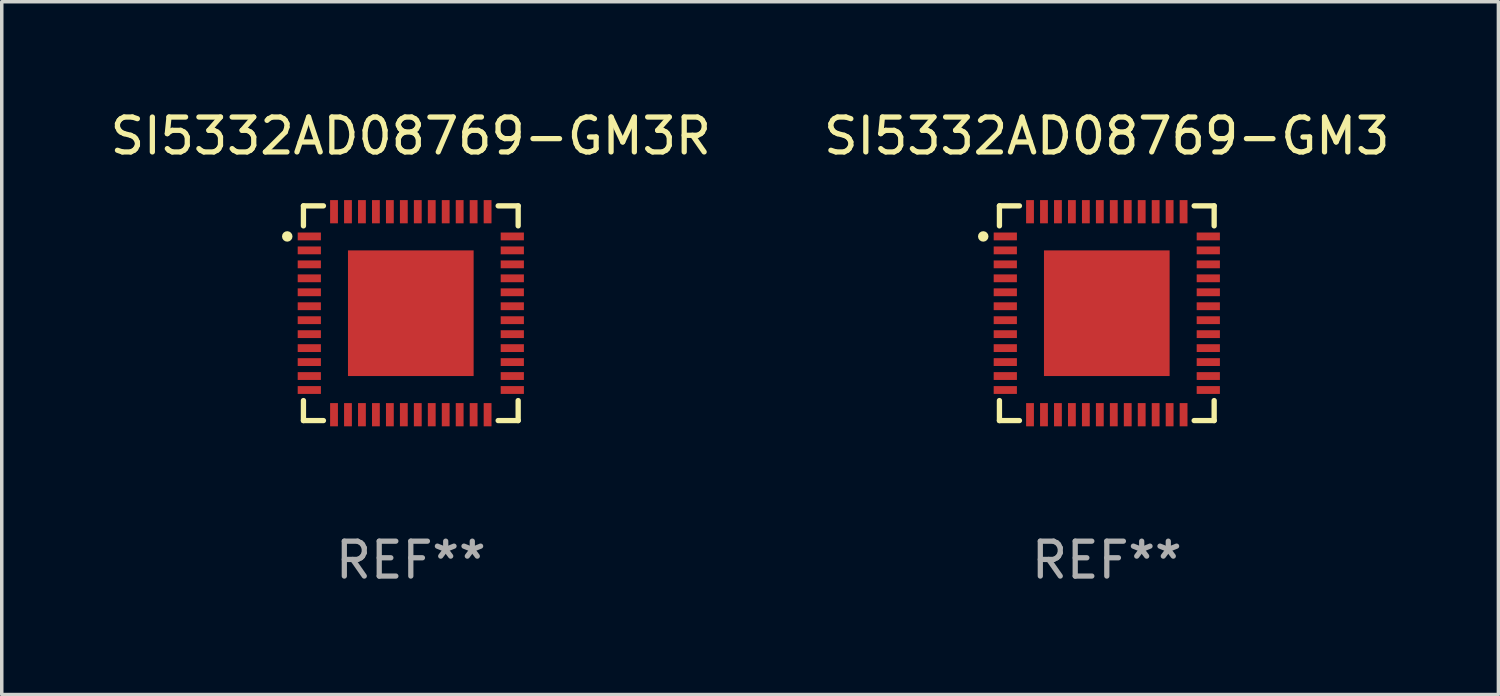
<source format=kicad_pcb>
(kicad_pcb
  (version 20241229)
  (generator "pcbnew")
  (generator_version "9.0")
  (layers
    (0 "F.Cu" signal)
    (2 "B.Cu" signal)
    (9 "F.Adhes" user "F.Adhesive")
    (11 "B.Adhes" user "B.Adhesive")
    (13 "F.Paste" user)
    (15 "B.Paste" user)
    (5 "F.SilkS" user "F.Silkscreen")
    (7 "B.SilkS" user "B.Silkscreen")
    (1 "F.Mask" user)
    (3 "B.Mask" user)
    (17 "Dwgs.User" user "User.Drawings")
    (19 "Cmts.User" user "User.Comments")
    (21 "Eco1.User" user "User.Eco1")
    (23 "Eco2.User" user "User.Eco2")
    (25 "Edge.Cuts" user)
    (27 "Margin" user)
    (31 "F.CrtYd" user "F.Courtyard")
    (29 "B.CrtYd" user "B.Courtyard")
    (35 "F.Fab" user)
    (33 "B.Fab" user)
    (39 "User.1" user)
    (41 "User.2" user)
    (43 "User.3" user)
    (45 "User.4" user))
  (footprint "SI5332AD08769-GM3"
    (layer "F.Cu")
    (at 28.661 5.924)
    (property "Reference" "SI5332AD08769-GM3" (at 0 -5.076 0) (layer "F.SilkS") (effects (font (size 1 1) (thickness 0.15))))
    (attr through_hole)
    (fp_line (start -3.076 -3.076) (end -3.076 -2.503) (stroke (width 0.152) (type solid)) (layer "F.SilkS"))
    (fp_line (start -3.076 3.076) (end -3.076 2.503) (stroke (width 0.152) (type solid)) (layer "F.SilkS"))
    (fp_line (start -2.503 -3.076) (end -3.076 -3.076) (stroke (width 0.152) (type solid)) (layer "F.SilkS"))
    (fp_line (start -2.503 3.076) (end -3.076 3.076) (stroke (width 0.152) (type solid)) (layer "F.SilkS"))
    (fp_line (start 2.503 -3.076) (end 3.076 -3.076) (stroke (width 0.152) (type solid)) (layer "F.SilkS"))
    (fp_line (start 2.503 3.076) (end 3.076 3.076) (stroke (width 0.152) (type solid)) (layer "F.SilkS"))
    (fp_line (start 3.076 -3.076) (end 3.076 -2.503) (stroke (width 0.152) (type solid)) (layer "F.SilkS"))
    (fp_line (start 3.076 3.076) (end 3.076 2.503) (stroke (width 0.152) (type solid)) (layer "F.SilkS"))
    (fp_circle (center -3.54 -2.2) (end -3.465 -2.2) (stroke (width 0.15) (type solid)) (fill no) (layer "F.SilkS"))
    (fp_text user "REF**" (at 0 7.076 0) (layer "F.Fab") (effects (font (size 1 1) (thickness 0.15))))
    (pad "1" smd rect (at -2.908 -2.2) (size 0.665 0.224) (layers "F.Cu" "F.Mask" "F.Paste"))
    (pad "2" smd rect (at -2.908 -1.8) (size 0.665 0.224) (layers "F.Cu" "F.Mask" "F.Paste"))
    (pad "3" smd rect (at -2.908 -1.4) (size 0.665 0.224) (layers "F.Cu" "F.Mask" "F.Paste"))
    (pad "4" smd rect (at -2.908 -1) (size 0.665 0.224) (layers "F.Cu" "F.Mask" "F.Paste"))
    (pad "5" smd rect (at -2.908 -0.6) (size 0.665 0.224) (layers "F.Cu" "F.Mask" "F.Paste"))
    (pad "6" smd rect (at -2.908 -0.2) (size 0.665 0.224) (layers "F.Cu" "F.Mask" "F.Paste"))
    (pad "7" smd rect (at -2.908 0.2) (size 0.665 0.224) (layers "F.Cu" "F.Mask" "F.Paste"))
    (pad "8" smd rect (at -2.908 0.6) (size 0.665 0.224) (layers "F.Cu" "F.Mask" "F.Paste"))
    (pad "9" smd rect (at -2.908 1) (size 0.665 0.224) (layers "F.Cu" "F.Mask" "F.Paste"))
    (pad "10" smd rect (at -2.908 1.4) (size 0.665 0.224) (layers "F.Cu" "F.Mask" "F.Paste"))
    (pad "11" smd rect (at -2.908 1.8) (size 0.665 0.224) (layers "F.Cu" "F.Mask" "F.Paste"))
    (pad "12" smd rect (at -2.908 2.2) (size 0.665 0.224) (layers "F.Cu" "F.Mask" "F.Paste"))
    (pad "13" smd rect (at -2.2 2.908) (size 0.224 0.665) (layers "F.Cu" "F.Mask" "F.Paste"))
    (pad "14" smd rect (at -1.8 2.908) (size 0.224 0.665) (layers "F.Cu" "F.Mask" "F.Paste"))
    (pad "15" smd rect (at -1.4 2.908) (size 0.224 0.665) (layers "F.Cu" "F.Mask" "F.Paste"))
    (pad "16" smd rect (at -1 2.908) (size 0.224 0.665) (layers "F.Cu" "F.Mask" "F.Paste"))
    (pad "17" smd rect (at -0.6 2.908) (size 0.224 0.665) (layers "F.Cu" "F.Mask" "F.Paste"))
    (pad "18" smd rect (at -0.2 2.908) (size 0.224 0.665) (layers "F.Cu" "F.Mask" "F.Paste"))
    (pad "19" smd rect (at 0.2 2.908) (size 0.224 0.665) (layers "F.Cu" "F.Mask" "F.Paste"))
    (pad "20" smd rect (at 0.6 2.908) (size 0.224 0.665) (layers "F.Cu" "F.Mask" "F.Paste"))
    (pad "21" smd rect (at 1 2.908) (size 0.224 0.665) (layers "F.Cu" "F.Mask" "F.Paste"))
    (pad "22" smd rect (at 1.4 2.908) (size 0.224 0.665) (layers "F.Cu" "F.Mask" "F.Paste"))
    (pad "23" smd rect (at 1.8 2.908) (size 0.224 0.665) (layers "F.Cu" "F.Mask" "F.Paste"))
    (pad "24" smd rect (at 2.2 2.908) (size 0.224 0.665) (layers "F.Cu" "F.Mask" "F.Paste"))
    (pad "25" smd rect (at 2.908 2.2) (size 0.665 0.224) (layers "F.Cu" "F.Mask" "F.Paste"))
    (pad "26" smd rect (at 2.908 1.8) (size 0.665 0.224) (layers "F.Cu" "F.Mask" "F.Paste"))
    (pad "27" smd rect (at 2.908 1.4) (size 0.665 0.224) (layers "F.Cu" "F.Mask" "F.Paste"))
    (pad "28" smd rect (at 2.908 1) (size 0.665 0.224) (layers "F.Cu" "F.Mask" "F.Paste"))
    (pad "29" smd rect (at 2.908 0.6) (size 0.665 0.224) (layers "F.Cu" "F.Mask" "F.Paste"))
    (pad "30" smd rect (at 2.908 0.2) (size 0.665 0.224) (layers "F.Cu" "F.Mask" "F.Paste"))
    (pad "31" smd rect (at 2.908 -0.2) (size 0.665 0.224) (layers "F.Cu" "F.Mask" "F.Paste"))
    (pad "32" smd rect (at 2.908 -0.6) (size 0.665 0.224) (layers "F.Cu" "F.Mask" "F.Paste"))
    (pad "33" smd rect (at 2.908 -1) (size 0.665 0.224) (layers "F.Cu" "F.Mask" "F.Paste"))
    (pad "34" smd rect (at 2.908 -1.4) (size 0.665 0.224) (layers "F.Cu" "F.Mask" "F.Paste"))
    (pad "35" smd rect (at 2.908 -1.8) (size 0.665 0.224) (layers "F.Cu" "F.Mask" "F.Paste"))
    (pad "36" smd rect (at 2.908 -2.2) (size 0.665 0.224) (layers "F.Cu" "F.Mask" "F.Paste"))
    (pad "37" smd rect (at 2.2 -2.908) (size 0.224 0.665) (layers "F.Cu" "F.Mask" "F.Paste"))
    (pad "38" smd rect (at 1.8 -2.908) (size 0.224 0.665) (layers "F.Cu" "F.Mask" "F.Paste"))
    (pad "39" smd rect (at 1.4 -2.908) (size 0.224 0.665) (layers "F.Cu" "F.Mask" "F.Paste"))
    (pad "40" smd rect (at 1 -2.908) (size 0.224 0.665) (layers "F.Cu" "F.Mask" "F.Paste"))
    (pad "41" smd rect (at 0.6 -2.908) (size 0.224 0.665) (layers "F.Cu" "F.Mask" "F.Paste"))
    (pad "42" smd rect (at 0.2 -2.908) (size 0.224 0.665) (layers "F.Cu" "F.Mask" "F.Paste"))
    (pad "43" smd rect (at -0.2 -2.908) (size 0.224 0.665) (layers "F.Cu" "F.Mask" "F.Paste"))
    (pad "44" smd rect (at -0.6 -2.908) (size 0.224 0.665) (layers "F.Cu" "F.Mask" "F.Paste"))
    (pad "45" smd rect (at -1 -2.908) (size 0.224 0.665) (layers "F.Cu" "F.Mask" "F.Paste"))
    (pad "46" smd rect (at -1.4 -2.908) (size 0.224 0.665) (layers "F.Cu" "F.Mask" "F.Paste"))
    (pad "47" smd rect (at -1.8 -2.908) (size 0.224 0.665) (layers "F.Cu" "F.Mask" "F.Paste"))
    (pad "48" smd rect (at -2.2 -2.908) (size 0.224 0.665) (layers "F.Cu" "F.Mask" "F.Paste"))
    (pad "49" smd rect (at 0 0) (size 3.6 3.6) (layers "F.Cu" "F.Mask" "F.Paste")))
  (footprint "SI5332AD08769-GM3R"
    (layer "F.Cu")
    (at 8.72 5.924)
    (property "Reference" "SI5332AD08769-GM3R" (at 0 -5.076 0) (layer "F.SilkS") (effects (font (size 1 1) (thickness 0.15))))
    (attr through_hole)
    (fp_line (start -3.076 -3.076) (end -3.076 -2.503) (stroke (width 0.152) (type solid)) (layer "F.SilkS"))
    (fp_line (start -3.076 3.076) (end -3.076 2.503) (stroke (width 0.152) (type solid)) (layer "F.SilkS"))
    (fp_line (start -2.503 -3.076) (end -3.076 -3.076) (stroke (width 0.152) (type solid)) (layer "F.SilkS"))
    (fp_line (start -2.503 3.076) (end -3.076 3.076) (stroke (width 0.152) (type solid)) (layer "F.SilkS"))
    (fp_line (start 2.503 -3.076) (end 3.076 -3.076) (stroke (width 0.152) (type solid)) (layer "F.SilkS"))
    (fp_line (start 2.503 3.076) (end 3.076 3.076) (stroke (width 0.152) (type solid)) (layer "F.SilkS"))
    (fp_line (start 3.076 -3.076) (end 3.076 -2.503) (stroke (width 0.152) (type solid)) (layer "F.SilkS"))
    (fp_line (start 3.076 3.076) (end 3.076 2.503) (stroke (width 0.152) (type solid)) (layer "F.SilkS"))
    (fp_circle (center -3.54 -2.2) (end -3.465 -2.2) (stroke (width 0.15) (type solid)) (fill no) (layer "F.SilkS"))
    (fp_text user "REF**" (at 0 7.076 0) (layer "F.Fab") (effects (font (size 1 1) (thickness 0.15))))
    (pad "1" smd rect (at -2.908 -2.2) (size 0.665 0.224) (layers "F.Cu" "F.Mask" "F.Paste"))
    (pad "2" smd rect (at -2.908 -1.8) (size 0.665 0.224) (layers "F.Cu" "F.Mask" "F.Paste"))
    (pad "3" smd rect (at -2.908 -1.4) (size 0.665 0.224) (layers "F.Cu" "F.Mask" "F.Paste"))
    (pad "4" smd rect (at -2.908 -1) (size 0.665 0.224) (layers "F.Cu" "F.Mask" "F.Paste"))
    (pad "5" smd rect (at -2.908 -0.6) (size 0.665 0.224) (layers "F.Cu" "F.Mask" "F.Paste"))
    (pad "6" smd rect (at -2.908 -0.2) (size 0.665 0.224) (layers "F.Cu" "F.Mask" "F.Paste"))
    (pad "7" smd rect (at -2.908 0.2) (size 0.665 0.224) (layers "F.Cu" "F.Mask" "F.Paste"))
    (pad "8" smd rect (at -2.908 0.6) (size 0.665 0.224) (layers "F.Cu" "F.Mask" "F.Paste"))
    (pad "9" smd rect (at -2.908 1) (size 0.665 0.224) (layers "F.Cu" "F.Mask" "F.Paste"))
    (pad "10" smd rect (at -2.908 1.4) (size 0.665 0.224) (layers "F.Cu" "F.Mask" "F.Paste"))
    (pad "11" smd rect (at -2.908 1.8) (size 0.665 0.224) (layers "F.Cu" "F.Mask" "F.Paste"))
    (pad "12" smd rect (at -2.908 2.2) (size 0.665 0.224) (layers "F.Cu" "F.Mask" "F.Paste"))
    (pad "13" smd rect (at -2.2 2.908) (size 0.224 0.665) (layers "F.Cu" "F.Mask" "F.Paste"))
    (pad "14" smd rect (at -1.8 2.908) (size 0.224 0.665) (layers "F.Cu" "F.Mask" "F.Paste"))
    (pad "15" smd rect (at -1.4 2.908) (size 0.224 0.665) (layers "F.Cu" "F.Mask" "F.Paste"))
    (pad "16" smd rect (at -1 2.908) (size 0.224 0.665) (layers "F.Cu" "F.Mask" "F.Paste"))
    (pad "17" smd rect (at -0.6 2.908) (size 0.224 0.665) (layers "F.Cu" "F.Mask" "F.Paste"))
    (pad "18" smd rect (at -0.2 2.908) (size 0.224 0.665) (layers "F.Cu" "F.Mask" "F.Paste"))
    (pad "19" smd rect (at 0.2 2.908) (size 0.224 0.665) (layers "F.Cu" "F.Mask" "F.Paste"))
    (pad "20" smd rect (at 0.6 2.908) (size 0.224 0.665) (layers "F.Cu" "F.Mask" "F.Paste"))
    (pad "21" smd rect (at 1 2.908) (size 0.224 0.665) (layers "F.Cu" "F.Mask" "F.Paste"))
    (pad "22" smd rect (at 1.4 2.908) (size 0.224 0.665) (layers "F.Cu" "F.Mask" "F.Paste"))
    (pad "23" smd rect (at 1.8 2.908) (size 0.224 0.665) (layers "F.Cu" "F.Mask" "F.Paste"))
    (pad "24" smd rect (at 2.2 2.908) (size 0.224 0.665) (layers "F.Cu" "F.Mask" "F.Paste"))
    (pad "25" smd rect (at 2.908 2.2) (size 0.665 0.224) (layers "F.Cu" "F.Mask" "F.Paste"))
    (pad "26" smd rect (at 2.908 1.8) (size 0.665 0.224) (layers "F.Cu" "F.Mask" "F.Paste"))
    (pad "27" smd rect (at 2.908 1.4) (size 0.665 0.224) (layers "F.Cu" "F.Mask" "F.Paste"))
    (pad "28" smd rect (at 2.908 1) (size 0.665 0.224) (layers "F.Cu" "F.Mask" "F.Paste"))
    (pad "29" smd rect (at 2.908 0.6) (size 0.665 0.224) (layers "F.Cu" "F.Mask" "F.Paste"))
    (pad "30" smd rect (at 2.908 0.2) (size 0.665 0.224) (layers "F.Cu" "F.Mask" "F.Paste"))
    (pad "31" smd rect (at 2.908 -0.2) (size 0.665 0.224) (layers "F.Cu" "F.Mask" "F.Paste"))
    (pad "32" smd rect (at 2.908 -0.6) (size 0.665 0.224) (layers "F.Cu" "F.Mask" "F.Paste"))
    (pad "33" smd rect (at 2.908 -1) (size 0.665 0.224) (layers "F.Cu" "F.Mask" "F.Paste"))
    (pad "34" smd rect (at 2.908 -1.4) (size 0.665 0.224) (layers "F.Cu" "F.Mask" "F.Paste"))
    (pad "35" smd rect (at 2.908 -1.8) (size 0.665 0.224) (layers "F.Cu" "F.Mask" "F.Paste"))
    (pad "36" smd rect (at 2.908 -2.2) (size 0.665 0.224) (layers "F.Cu" "F.Mask" "F.Paste"))
    (pad "37" smd rect (at 2.2 -2.908) (size 0.224 0.665) (layers "F.Cu" "F.Mask" "F.Paste"))
    (pad "38" smd rect (at 1.8 -2.908) (size 0.224 0.665) (layers "F.Cu" "F.Mask" "F.Paste"))
    (pad "39" smd rect (at 1.4 -2.908) (size 0.224 0.665) (layers "F.Cu" "F.Mask" "F.Paste"))
    (pad "40" smd rect (at 1 -2.908) (size 0.224 0.665) (layers "F.Cu" "F.Mask" "F.Paste"))
    (pad "41" smd rect (at 0.6 -2.908) (size 0.224 0.665) (layers "F.Cu" "F.Mask" "F.Paste"))
    (pad "42" smd rect (at 0.2 -2.908) (size 0.224 0.665) (layers "F.Cu" "F.Mask" "F.Paste"))
    (pad "43" smd rect (at -0.2 -2.908) (size 0.224 0.665) (layers "F.Cu" "F.Mask" "F.Paste"))
    (pad "44" smd rect (at -0.6 -2.908) (size 0.224 0.665) (layers "F.Cu" "F.Mask" "F.Paste"))
    (pad "45" smd rect (at -1 -2.908) (size 0.224 0.665) (layers "F.Cu" "F.Mask" "F.Paste"))
    (pad "46" smd rect (at -1.4 -2.908) (size 0.224 0.665) (layers "F.Cu" "F.Mask" "F.Paste"))
    (pad "47" smd rect (at -1.8 -2.908) (size 0.224 0.665) (layers "F.Cu" "F.Mask" "F.Paste"))
    (pad "48" smd rect (at -2.2 -2.908) (size 0.224 0.665) (layers "F.Cu" "F.Mask" "F.Paste"))
    (pad "49" smd rect (at 0 0) (size 3.6 3.6) (layers "F.Cu" "F.Mask" "F.Paste")))
  (gr_rect
    (start -3 -3)
    (end 39.881 16.849)
    (stroke (width 0.1) (type default))
    (fill no)
    (layer "Edge.Cuts")))
</source>
